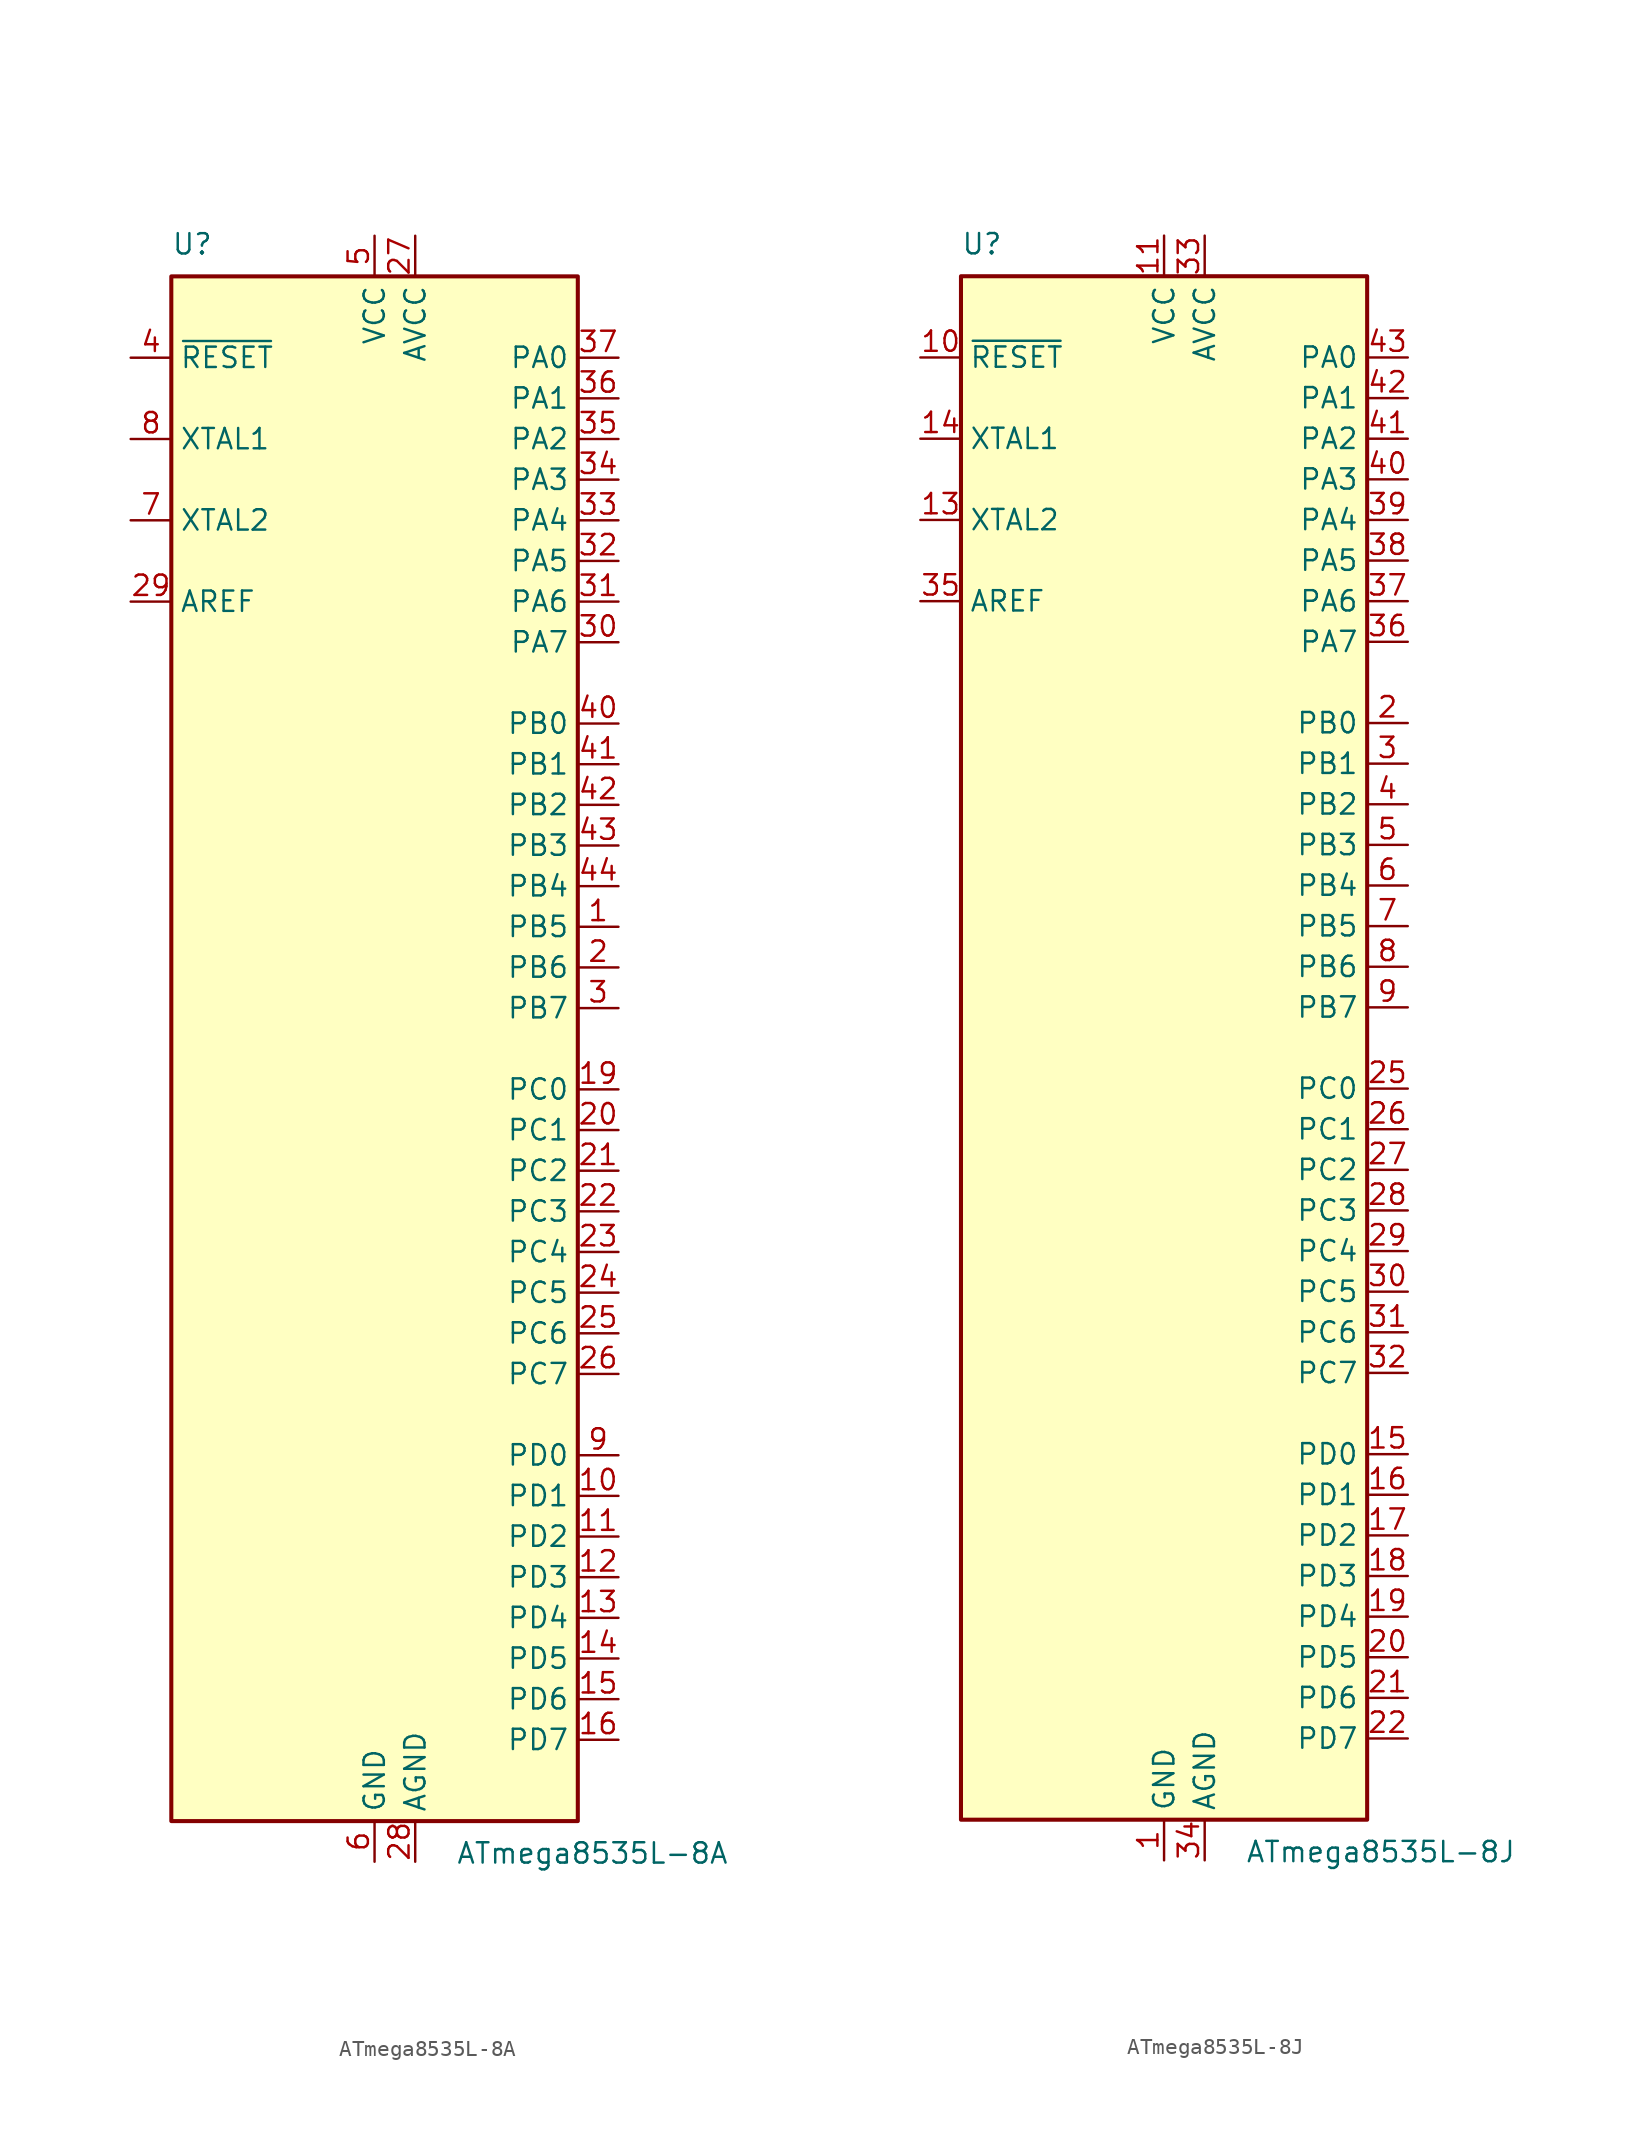
<source format=kicad_sym>
(kicad_symbol_lib
  (version 20201005)
  (generator kicad_symbol_editor)
  (symbol "ATmega8535L-8A"
    (property "Reference" "U"
      (at -12.7 49.53 0)
      (effects (font (size 1.27 1.27)) (justify left bottom)))
    (property "Value" "ATmega8535L-8A"
      (at 5.08 -49.53 0)
      (effects (font (size 1.27 1.27)) (justify left top)))
    (symbol "ATmega8535L-8A_0_1"
      (rectangle (start -12.7 -48.26) (end 12.7 48.26) (stroke (width 0.254)) (fill (type background))))
    (symbol "ATmega8535L-8A_1_1"
      (pin bidirectional line (at 15.24 7.62 180) (length 2.54) (name "PB5" (effects (font (size 1.27 1.27)))) (number "1" (effects (font (size 1.27 1.27)))))
      (pin bidirectional line (at 15.24 -27.94 180) (length 2.54) (name "PD1" (effects (font (size 1.27 1.27)))) (number "10" (effects (font (size 1.27 1.27)))))
      (pin bidirectional line (at 15.24 -30.48 180) (length 2.54) (name "PD2" (effects (font (size 1.27 1.27)))) (number "11" (effects (font (size 1.27 1.27)))))
      (pin bidirectional line (at 15.24 -33.02 180) (length 2.54) (name "PD3" (effects (font (size 1.27 1.27)))) (number "12" (effects (font (size 1.27 1.27)))))
      (pin bidirectional line (at 15.24 -35.56 180) (length 2.54) (name "PD4" (effects (font (size 1.27 1.27)))) (number "13" (effects (font (size 1.27 1.27)))))
      (pin bidirectional line (at 15.24 -38.1 180) (length 2.54) (name "PD5" (effects (font (size 1.27 1.27)))) (number "14" (effects (font (size 1.27 1.27)))))
      (pin bidirectional line (at 15.24 -40.64 180) (length 2.54) (name "PD6" (effects (font (size 1.27 1.27)))) (number "15" (effects (font (size 1.27 1.27)))))
      (pin bidirectional line (at 15.24 -43.18 180) (length 2.54) (name "PD7" (effects (font (size 1.27 1.27)))) (number "16" (effects (font (size 1.27 1.27)))))
      (pin passive line (at 0 50.8 270) (length 2.54) hide (name "VCC" (effects (font (size 1.27 1.27)))) (number "17" (effects (font (size 1.27 1.27)))))
      (pin passive line (at 0 -50.8 90) (length 2.54) hide (name "GND" (effects (font (size 1.27 1.27)))) (number "18" (effects (font (size 1.27 1.27)))))
      (pin bidirectional line (at 15.24 -2.54 180) (length 2.54) (name "PC0" (effects (font (size 1.27 1.27)))) (number "19" (effects (font (size 1.27 1.27)))))
      (pin bidirectional line (at 15.24 5.08 180) (length 2.54) (name "PB6" (effects (font (size 1.27 1.27)))) (number "2" (effects (font (size 1.27 1.27)))))
      (pin bidirectional line (at 15.24 -5.08 180) (length 2.54) (name "PC1" (effects (font (size 1.27 1.27)))) (number "20" (effects (font (size 1.27 1.27)))))
      (pin bidirectional line (at 15.24 -7.62 180) (length 2.54) (name "PC2" (effects (font (size 1.27 1.27)))) (number "21" (effects (font (size 1.27 1.27)))))
      (pin bidirectional line (at 15.24 -10.16 180) (length 2.54) (name "PC3" (effects (font (size 1.27 1.27)))) (number "22" (effects (font (size 1.27 1.27)))))
      (pin bidirectional line (at 15.24 -12.7 180) (length 2.54) (name "PC4" (effects (font (size 1.27 1.27)))) (number "23" (effects (font (size 1.27 1.27)))))
      (pin bidirectional line (at 15.24 -15.24 180) (length 2.54) (name "PC5" (effects (font (size 1.27 1.27)))) (number "24" (effects (font (size 1.27 1.27)))))
      (pin bidirectional line (at 15.24 -17.78 180) (length 2.54) (name "PC6" (effects (font (size 1.27 1.27)))) (number "25" (effects (font (size 1.27 1.27)))))
      (pin bidirectional line (at 15.24 -20.32 180) (length 2.54) (name "PC7" (effects (font (size 1.27 1.27)))) (number "26" (effects (font (size 1.27 1.27)))))
      (pin power_in line (at 2.54 50.8 270) (length 2.54) (name "AVCC" (effects (font (size 1.27 1.27)))) (number "27" (effects (font (size 1.27 1.27)))))
      (pin power_in line (at 2.54 -50.8 90) (length 2.54) (name "AGND" (effects (font (size 1.27 1.27)))) (number "28" (effects (font (size 1.27 1.27)))))
      (pin passive line (at -15.24 27.94 0) (length 2.54) (name "AREF" (effects (font (size 1.27 1.27)))) (number "29" (effects (font (size 1.27 1.27)))))
      (pin bidirectional line (at 15.24 2.54 180) (length 2.54) (name "PB7" (effects (font (size 1.27 1.27)))) (number "3" (effects (font (size 1.27 1.27)))))
      (pin bidirectional line (at 15.24 25.4 180) (length 2.54) (name "PA7" (effects (font (size 1.27 1.27)))) (number "30" (effects (font (size 1.27 1.27)))))
      (pin bidirectional line (at 15.24 27.94 180) (length 2.54) (name "PA6" (effects (font (size 1.27 1.27)))) (number "31" (effects (font (size 1.27 1.27)))))
      (pin bidirectional line (at 15.24 30.48 180) (length 2.54) (name "PA5" (effects (font (size 1.27 1.27)))) (number "32" (effects (font (size 1.27 1.27)))))
      (pin bidirectional line (at 15.24 33.02 180) (length 2.54) (name "PA4" (effects (font (size 1.27 1.27)))) (number "33" (effects (font (size 1.27 1.27)))))
      (pin bidirectional line (at 15.24 35.56 180) (length 2.54) (name "PA3" (effects (font (size 1.27 1.27)))) (number "34" (effects (font (size 1.27 1.27)))))
      (pin bidirectional line (at 15.24 38.1 180) (length 2.54) (name "PA2" (effects (font (size 1.27 1.27)))) (number "35" (effects (font (size 1.27 1.27)))))
      (pin bidirectional line (at 15.24 40.64 180) (length 2.54) (name "PA1" (effects (font (size 1.27 1.27)))) (number "36" (effects (font (size 1.27 1.27)))))
      (pin bidirectional line (at 15.24 43.18 180) (length 2.54) (name "PA0" (effects (font (size 1.27 1.27)))) (number "37" (effects (font (size 1.27 1.27)))))
      (pin passive line (at 0 50.8 270) (length 2.54) hide (name "VCC" (effects (font (size 1.27 1.27)))) (number "38" (effects (font (size 1.27 1.27)))))
      (pin passive line (at 0 -50.8 90) (length 2.54) hide (name "GND" (effects (font (size 1.27 1.27)))) (number "39" (effects (font (size 1.27 1.27)))))
      (pin input line (at -15.24 43.18 0) (length 2.54) (name "~RESET" (effects (font (size 1.27 1.27)))) (number "4" (effects (font (size 1.27 1.27)))))
      (pin bidirectional line (at 15.24 20.32 180) (length 2.54) (name "PB0" (effects (font (size 1.27 1.27)))) (number "40" (effects (font (size 1.27 1.27)))))
      (pin bidirectional line (at 15.24 17.78 180) (length 2.54) (name "PB1" (effects (font (size 1.27 1.27)))) (number "41" (effects (font (size 1.27 1.27)))))
      (pin bidirectional line (at 15.24 15.24 180) (length 2.54) (name "PB2" (effects (font (size 1.27 1.27)))) (number "42" (effects (font (size 1.27 1.27)))))
      (pin bidirectional line (at 15.24 12.7 180) (length 2.54) (name "PB3" (effects (font (size 1.27 1.27)))) (number "43" (effects (font (size 1.27 1.27)))))
      (pin bidirectional line (at 15.24 10.16 180) (length 2.54) (name "PB4" (effects (font (size 1.27 1.27)))) (number "44" (effects (font (size 1.27 1.27)))))
      (pin power_in line (at 0 50.8 270) (length 2.54) (name "VCC" (effects (font (size 1.27 1.27)))) (number "5" (effects (font (size 1.27 1.27)))))
      (pin power_in line (at 0 -50.8 90) (length 2.54) (name "GND" (effects (font (size 1.27 1.27)))) (number "6" (effects (font (size 1.27 1.27)))))
      (pin output line (at -15.24 33.02 0) (length 2.54) (name "XTAL2" (effects (font (size 1.27 1.27)))) (number "7" (effects (font (size 1.27 1.27)))))
      (pin input line (at -15.24 38.1 0) (length 2.54) (name "XTAL1" (effects (font (size 1.27 1.27)))) (number "8" (effects (font (size 1.27 1.27)))))
      (pin bidirectional line (at 15.24 -25.4 180) (length 2.54) (name "PD0" (effects (font (size 1.27 1.27)))) (number "9" (effects (font (size 1.27 1.27)))))))
  (symbol "ATmega8535L-8J"
    (property "Reference" "U"
      (at -12.7 49.53 0)
      (effects (font (size 1.27 1.27)) (justify left bottom)))
    (property "Value" "ATmega8535L-8J"
      (at 5.08 -49.53 0)
      (effects (font (size 1.27 1.27)) (justify left top)))
    (symbol "ATmega8535L-8J_0_1"
      (rectangle (start -12.7 -48.26) (end 12.7 48.26) (stroke (width 0.254)) (fill (type background))))
    (symbol "ATmega8535L-8J_1_1"
      (pin power_in line (at 0 -50.8 90) (length 2.54) (name "GND" (effects (font (size 1.27 1.27)))) (number "1" (effects (font (size 1.27 1.27)))))
      (pin input line (at -15.24 43.18 0) (length 2.54) (name "~RESET" (effects (font (size 1.27 1.27)))) (number "10" (effects (font (size 1.27 1.27)))))
      (pin power_in line (at 0 50.8 270) (length 2.54) (name "VCC" (effects (font (size 1.27 1.27)))) (number "11" (effects (font (size 1.27 1.27)))))
      (pin passive line (at 0 -50.8 90) (length 2.54) hide (name "GND" (effects (font (size 1.27 1.27)))) (number "12" (effects (font (size 1.27 1.27)))))
      (pin output line (at -15.24 33.02 0) (length 2.54) (name "XTAL2" (effects (font (size 1.27 1.27)))) (number "13" (effects (font (size 1.27 1.27)))))
      (pin input line (at -15.24 38.1 0) (length 2.54) (name "XTAL1" (effects (font (size 1.27 1.27)))) (number "14" (effects (font (size 1.27 1.27)))))
      (pin bidirectional line (at 15.24 -25.4 180) (length 2.54) (name "PD0" (effects (font (size 1.27 1.27)))) (number "15" (effects (font (size 1.27 1.27)))))
      (pin bidirectional line (at 15.24 -27.94 180) (length 2.54) (name "PD1" (effects (font (size 1.27 1.27)))) (number "16" (effects (font (size 1.27 1.27)))))
      (pin bidirectional line (at 15.24 -30.48 180) (length 2.54) (name "PD2" (effects (font (size 1.27 1.27)))) (number "17" (effects (font (size 1.27 1.27)))))
      (pin bidirectional line (at 15.24 -33.02 180) (length 2.54) (name "PD3" (effects (font (size 1.27 1.27)))) (number "18" (effects (font (size 1.27 1.27)))))
      (pin bidirectional line (at 15.24 -35.56 180) (length 2.54) (name "PD4" (effects (font (size 1.27 1.27)))) (number "19" (effects (font (size 1.27 1.27)))))
      (pin bidirectional line (at 15.24 20.32 180) (length 2.54) (name "PB0" (effects (font (size 1.27 1.27)))) (number "2" (effects (font (size 1.27 1.27)))))
      (pin bidirectional line (at 15.24 -38.1 180) (length 2.54) (name "PD5" (effects (font (size 1.27 1.27)))) (number "20" (effects (font (size 1.27 1.27)))))
      (pin bidirectional line (at 15.24 -40.64 180) (length 2.54) (name "PD6" (effects (font (size 1.27 1.27)))) (number "21" (effects (font (size 1.27 1.27)))))
      (pin bidirectional line (at 15.24 -43.18 180) (length 2.54) (name "PD7" (effects (font (size 1.27 1.27)))) (number "22" (effects (font (size 1.27 1.27)))))
      (pin passive line (at 0 50.8 270) (length 2.54) hide (name "VCC" (effects (font (size 1.27 1.27)))) (number "23" (effects (font (size 1.27 1.27)))))
      (pin passive line (at 0 -50.8 90) (length 2.54) hide (name "GND" (effects (font (size 1.27 1.27)))) (number "24" (effects (font (size 1.27 1.27)))))
      (pin bidirectional line (at 15.24 -2.54 180) (length 2.54) (name "PC0" (effects (font (size 1.27 1.27)))) (number "25" (effects (font (size 1.27 1.27)))))
      (pin bidirectional line (at 15.24 -5.08 180) (length 2.54) (name "PC1" (effects (font (size 1.27 1.27)))) (number "26" (effects (font (size 1.27 1.27)))))
      (pin bidirectional line (at 15.24 -7.62 180) (length 2.54) (name "PC2" (effects (font (size 1.27 1.27)))) (number "27" (effects (font (size 1.27 1.27)))))
      (pin bidirectional line (at 15.24 -10.16 180) (length 2.54) (name "PC3" (effects (font (size 1.27 1.27)))) (number "28" (effects (font (size 1.27 1.27)))))
      (pin bidirectional line (at 15.24 -12.7 180) (length 2.54) (name "PC4" (effects (font (size 1.27 1.27)))) (number "29" (effects (font (size 1.27 1.27)))))
      (pin bidirectional line (at 15.24 17.78 180) (length 2.54) (name "PB1" (effects (font (size 1.27 1.27)))) (number "3" (effects (font (size 1.27 1.27)))))
      (pin bidirectional line (at 15.24 -15.24 180) (length 2.54) (name "PC5" (effects (font (size 1.27 1.27)))) (number "30" (effects (font (size 1.27 1.27)))))
      (pin bidirectional line (at 15.24 -17.78 180) (length 2.54) (name "PC6" (effects (font (size 1.27 1.27)))) (number "31" (effects (font (size 1.27 1.27)))))
      (pin bidirectional line (at 15.24 -20.32 180) (length 2.54) (name "PC7" (effects (font (size 1.27 1.27)))) (number "32" (effects (font (size 1.27 1.27)))))
      (pin power_in line (at 2.54 50.8 270) (length 2.54) (name "AVCC" (effects (font (size 1.27 1.27)))) (number "33" (effects (font (size 1.27 1.27)))))
      (pin power_in line (at 2.54 -50.8 90) (length 2.54) (name "AGND" (effects (font (size 1.27 1.27)))) (number "34" (effects (font (size 1.27 1.27)))))
      (pin passive line (at -15.24 27.94 0) (length 2.54) (name "AREF" (effects (font (size 1.27 1.27)))) (number "35" (effects (font (size 1.27 1.27)))))
      (pin bidirectional line (at 15.24 25.4 180) (length 2.54) (name "PA7" (effects (font (size 1.27 1.27)))) (number "36" (effects (font (size 1.27 1.27)))))
      (pin bidirectional line (at 15.24 27.94 180) (length 2.54) (name "PA6" (effects (font (size 1.27 1.27)))) (number "37" (effects (font (size 1.27 1.27)))))
      (pin bidirectional line (at 15.24 30.48 180) (length 2.54) (name "PA5" (effects (font (size 1.27 1.27)))) (number "38" (effects (font (size 1.27 1.27)))))
      (pin bidirectional line (at 15.24 33.02 180) (length 2.54) (name "PA4" (effects (font (size 1.27 1.27)))) (number "39" (effects (font (size 1.27 1.27)))))
      (pin bidirectional line (at 15.24 15.24 180) (length 2.54) (name "PB2" (effects (font (size 1.27 1.27)))) (number "4" (effects (font (size 1.27 1.27)))))
      (pin bidirectional line (at 15.24 35.56 180) (length 2.54) (name "PA3" (effects (font (size 1.27 1.27)))) (number "40" (effects (font (size 1.27 1.27)))))
      (pin bidirectional line (at 15.24 38.1 180) (length 2.54) (name "PA2" (effects (font (size 1.27 1.27)))) (number "41" (effects (font (size 1.27 1.27)))))
      (pin bidirectional line (at 15.24 40.64 180) (length 2.54) (name "PA1" (effects (font (size 1.27 1.27)))) (number "42" (effects (font (size 1.27 1.27)))))
      (pin bidirectional line (at 15.24 43.18 180) (length 2.54) (name "PA0" (effects (font (size 1.27 1.27)))) (number "43" (effects (font (size 1.27 1.27)))))
      (pin passive line (at 0 50.8 270) (length 2.54) hide (name "VCC" (effects (font (size 1.27 1.27)))) (number "44" (effects (font (size 1.27 1.27)))))
      (pin bidirectional line (at 15.24 12.7 180) (length 2.54) (name "PB3" (effects (font (size 1.27 1.27)))) (number "5" (effects (font (size 1.27 1.27)))))
      (pin bidirectional line (at 15.24 10.16 180) (length 2.54) (name "PB4" (effects (font (size 1.27 1.27)))) (number "6" (effects (font (size 1.27 1.27)))))
      (pin bidirectional line (at 15.24 7.62 180) (length 2.54) (name "PB5" (effects (font (size 1.27 1.27)))) (number "7" (effects (font (size 1.27 1.27)))))
      (pin bidirectional line (at 15.24 5.08 180) (length 2.54) (name "PB6" (effects (font (size 1.27 1.27)))) (number "8" (effects (font (size 1.27 1.27)))))
      (pin bidirectional line (at 15.24 2.54 180) (length 2.54) (name "PB7" (effects (font (size 1.27 1.27)))) (number "9" (effects (font (size 1.27 1.27))))))))
</source>
